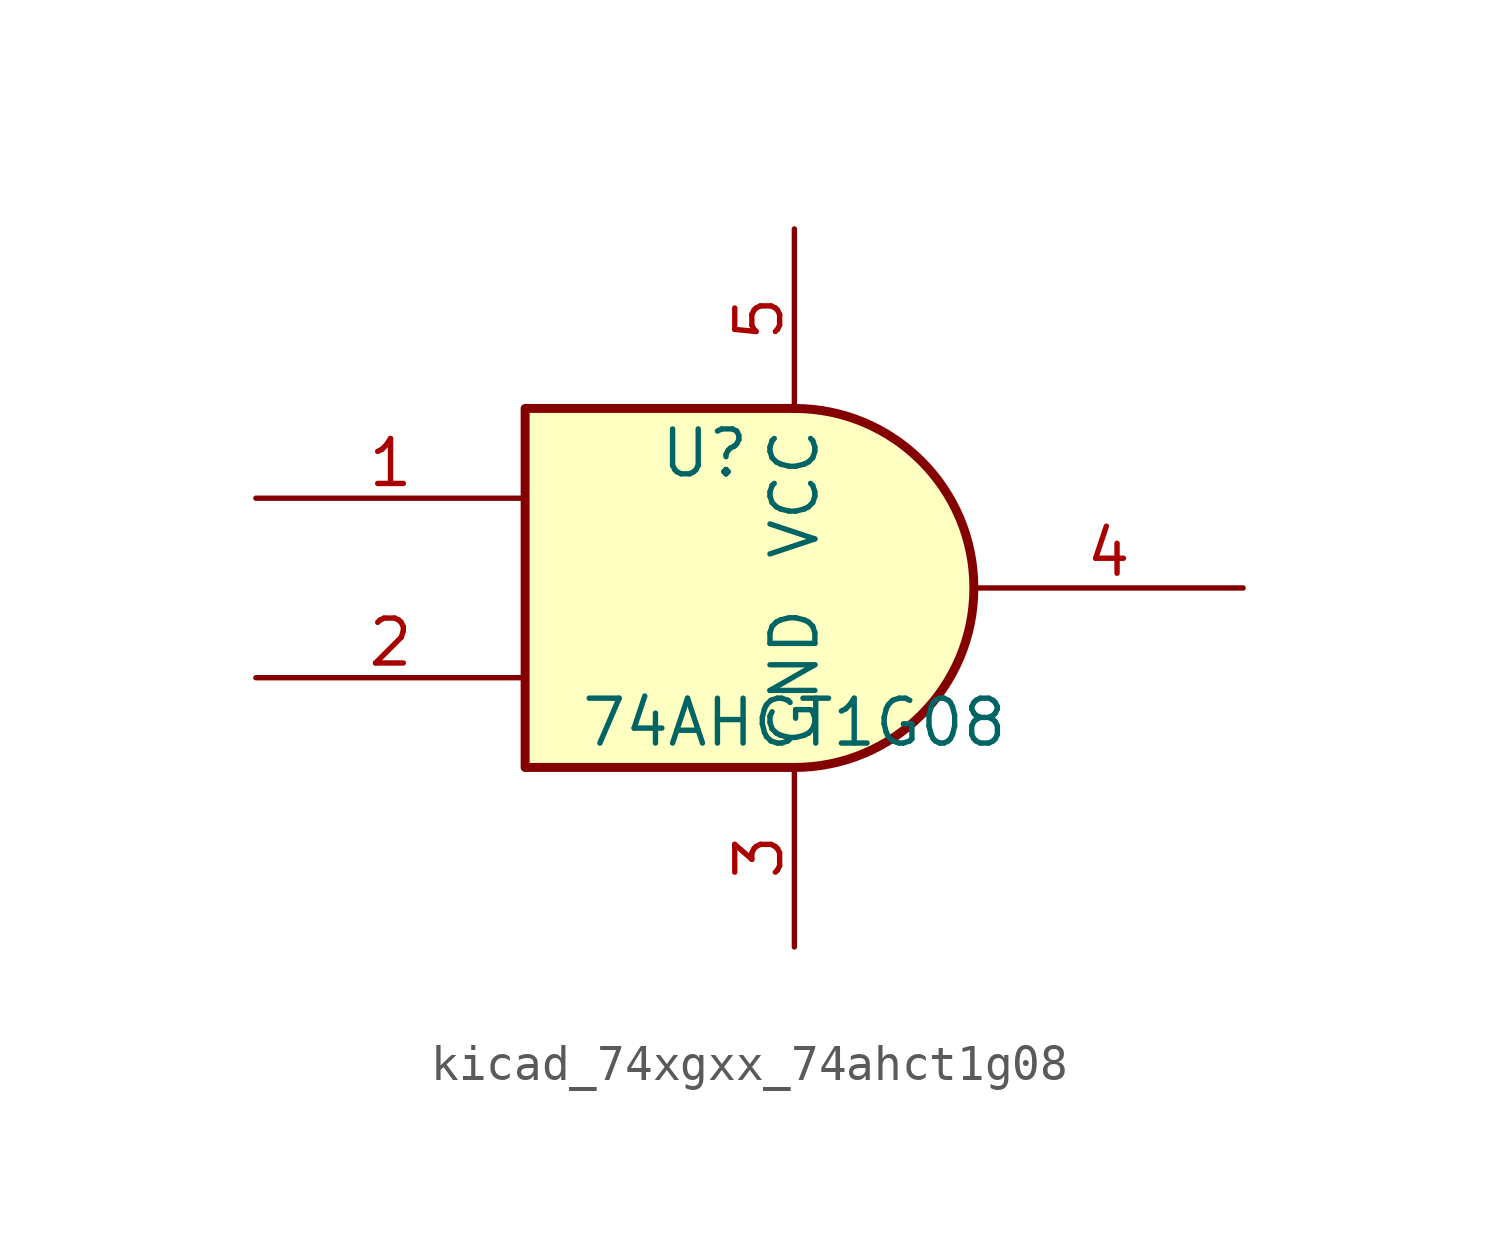
<source format=kicad_sym>
(kicad_symbol_lib
  (version 20220914)
  (generator kicad_symbol_editor)
  (symbol "kicad_74xgxx_74ahct1g08"
    (property "Reference" "U"
      (at -2.54 3.81 0)
      (effects (font (size 1.27 1.27))))
    (property "Value" "74AHCT1G08"
      (at 0 -3.81 0)
      (effects (font (size 1.27 1.27))))
    (symbol "kicad_74xgxx_74ahct1g08_0_1"
      (arc (start 0 -5.08) (mid 5.0579 0) (end 0 5.08) (stroke (width 0.254) (type default)) (fill (type background)))
      (polyline (pts (xy 0 -5.08) (xy -7.62 -5.08) (xy -7.62 5.08) (xy 0 5.08)) (stroke (width 0.254) (type default)) (fill (type background))))
    (symbol "kicad_74xgxx_74ahct1g08_1_1"
      (pin input line (at -15.24 2.54 0) (length 7.62) (name "~" (effects (font (size 1.27 1.27)))) (number "1" (effects (font (size 1.27 1.27)))))
      (pin input line (at -15.24 -2.54 0) (length 7.62) (name "~" (effects (font (size 1.27 1.27)))) (number "2" (effects (font (size 1.27 1.27)))))
      (pin power_in line (at 0 -10.16 90) (length 5.08) (name "GND" (effects (font (size 1.27 1.27)))) (number "3" (effects (font (size 1.27 1.27)))))
      (pin output line (at 12.7 0 180) (length 7.62) (name "~" (effects (font (size 1.27 1.27)))) (number "4" (effects (font (size 1.27 1.27)))))
      (pin power_in line (at 0 10.16 270) (length 5.08) (name "VCC" (effects (font (size 1.27 1.27)))) (number "5" (effects (font (size 1.27 1.27))))))))
</source>
